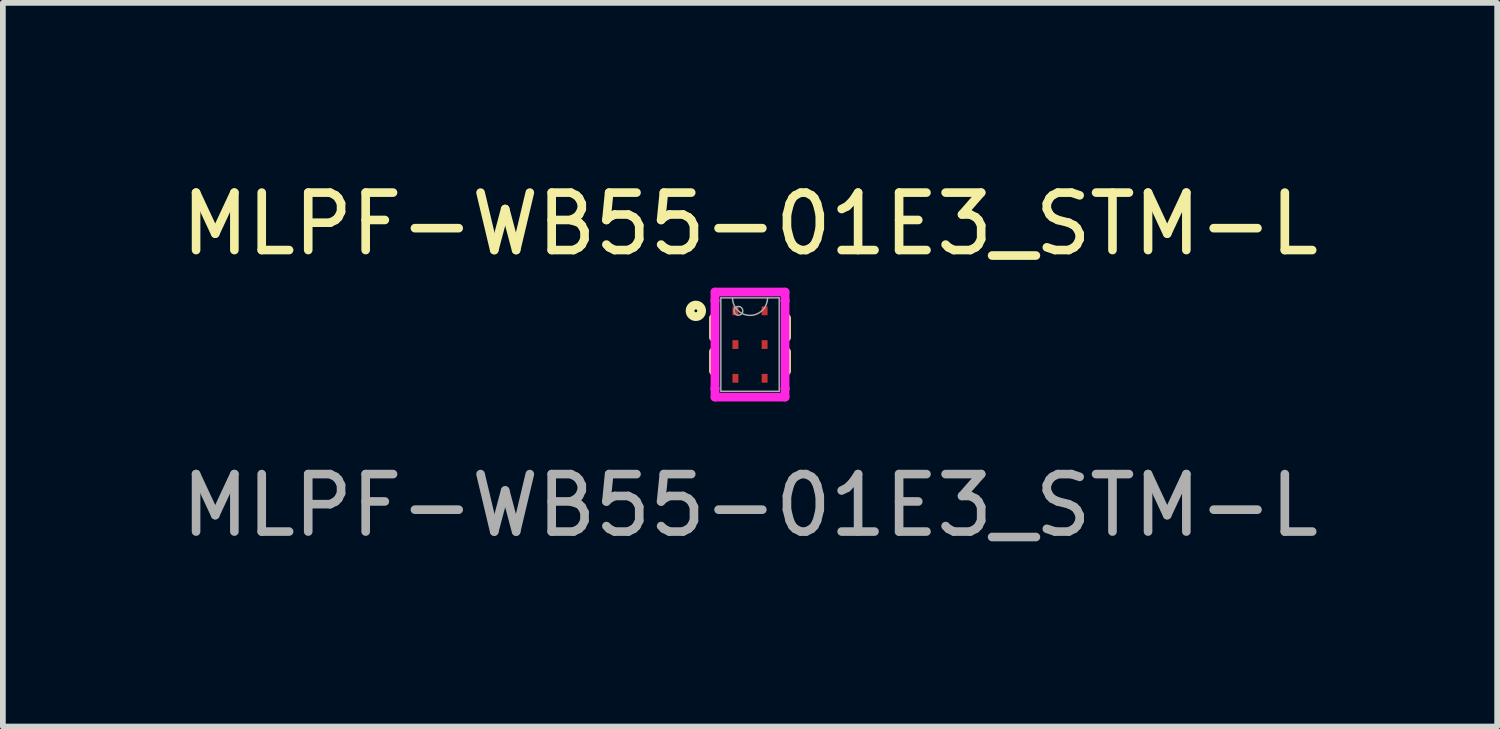
<source format=kicad_pcb>
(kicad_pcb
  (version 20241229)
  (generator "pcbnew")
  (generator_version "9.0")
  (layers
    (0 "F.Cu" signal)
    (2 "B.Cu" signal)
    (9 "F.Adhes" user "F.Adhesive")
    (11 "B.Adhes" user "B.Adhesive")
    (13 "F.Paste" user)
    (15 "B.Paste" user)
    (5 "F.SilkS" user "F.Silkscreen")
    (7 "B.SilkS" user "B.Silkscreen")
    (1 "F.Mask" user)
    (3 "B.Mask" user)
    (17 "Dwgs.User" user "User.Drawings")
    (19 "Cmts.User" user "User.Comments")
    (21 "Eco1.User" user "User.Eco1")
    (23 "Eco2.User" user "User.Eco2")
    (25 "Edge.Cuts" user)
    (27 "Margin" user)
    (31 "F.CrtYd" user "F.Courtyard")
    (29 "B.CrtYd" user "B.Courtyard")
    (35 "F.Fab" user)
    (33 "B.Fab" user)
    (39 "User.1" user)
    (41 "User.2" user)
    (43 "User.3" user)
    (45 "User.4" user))
  (footprint "MLPF-WB55-01E3_STM-L"
    (layer "F.Cu")
    (at 10.006 2.948)
    (property "Reference" "MLPF-WB55-01E3_STM-L" (at 0 -2.1 0) (unlocked yes) (layer "F.SilkS") (effects (font (size 1 1) (thickness 0.15))))
    (attr smd)
    (fp_line (start -0.635 -0.463) (end -0.635 -0.124) (stroke (width 0.152) (type solid)) (layer "F.SilkS"))
    (fp_line (start -0.635 0.124) (end -0.635 0.463) (stroke (width 0.152) (type solid)) (layer "F.SilkS"))
    (fp_line (start 0.635 -0.124) (end 0.635 -0.463) (stroke (width 0.152) (type solid)) (layer "F.SilkS"))
    (fp_line (start 0.635 0.463) (end 0.635 0.124) (stroke (width 0.152) (type solid)) (layer "F.SilkS"))
    (fp_circle (center -0.943 -0.587) (end -0.842 -0.587) (stroke (width 0.152) (type solid)) (fill no) (layer "F.SilkS"))
    (fp_line (start -0.61 -0.914) (end 0.61 -0.914) (stroke (width 0.152) (type solid)) (layer "F.CrtYd"))
    (fp_line (start -0.61 -0.765) (end -0.61 -0.914) (stroke (width 0.152) (type solid)) (layer "F.CrtYd"))
    (fp_line (start -0.61 -0.765) (end -0.61 -0.765) (stroke (width 0.152) (type solid)) (layer "F.CrtYd"))
    (fp_line (start -0.61 0.765) (end -0.61 -0.765) (stroke (width 0.152) (type solid)) (layer "F.CrtYd"))
    (fp_line (start -0.61 0.765) (end -0.61 0.765) (stroke (width 0.152) (type solid)) (layer "F.CrtYd"))
    (fp_line (start -0.61 0.914) (end -0.61 0.765) (stroke (width 0.152) (type solid)) (layer "F.CrtYd"))
    (fp_line (start 0.61 -0.914) (end 0.61 -0.765) (stroke (width 0.152) (type solid)) (layer "F.CrtYd"))
    (fp_line (start 0.61 -0.765) (end 0.61 -0.765) (stroke (width 0.152) (type solid)) (layer "F.CrtYd"))
    (fp_line (start 0.61 -0.765) (end 0.61 0.765) (stroke (width 0.152) (type solid)) (layer "F.CrtYd"))
    (fp_line (start 0.61 0.765) (end 0.61 0.765) (stroke (width 0.152) (type solid)) (layer "F.CrtYd"))
    (fp_line (start 0.61 0.765) (end 0.61 0.914) (stroke (width 0.152) (type solid)) (layer "F.CrtYd"))
    (fp_line (start 0.61 0.914) (end -0.61 0.914) (stroke (width 0.152) (type solid)) (layer "F.CrtYd"))
    (fp_line (start -0.508 -0.813) (end -0.508 0.813) (stroke (width 0.025) (type solid)) (layer "F.Fab"))
    (fp_line (start -0.508 0.813) (end 0.508 0.813) (stroke (width 0.025) (type solid)) (layer "F.Fab"))
    (fp_line (start 0.508 -0.813) (end -0.508 -0.813) (stroke (width 0.025) (type solid)) (layer "F.Fab"))
    (fp_line (start 0.508 0.813) (end 0.508 -0.813) (stroke (width 0.025) (type solid)) (layer "F.Fab"))
    (fp_arc (start 0.3048 -0.8128) (mid 0 -0.508) (end -0.3048 -0.8128) (stroke (width 0.0254) (type solid)) (layer "F.Fab"))
    (fp_circle (center -0.202 -0.587) (end -0.126 -0.587) (stroke (width 0.025) (type solid)) (fill no) (layer "F.Fab"))
    (fp_text user "${REFERENCE}" (at 0 2.8 0) (unlocked yes) (layer "F.Fab") (effects (font (size 1 1) (thickness 0.15))))
    (pad "1" smd rect (at -0.254 -0.587) (size 0.103 0.153) (layers "F.Cu" "F.Mask" "F.Paste"))
    (pad "2" smd rect (at -0.254 0) (size 0.103 0.153) (layers "F.Cu" "F.Mask" "F.Paste"))
    (pad "3" smd rect (at -0.254 0.587) (size 0.103 0.153) (layers "F.Cu" "F.Mask" "F.Paste"))
    (pad "4" smd rect (at 0.254 0.587) (size 0.103 0.153) (layers "F.Cu" "F.Mask" "F.Paste"))
    (pad "5" smd rect (at 0.254 0) (size 0.103 0.153) (layers "F.Cu" "F.Mask" "F.Paste"))
    (pad "6" smd rect (at 0.254 -0.587) (size 0.103 0.153) (layers "F.Cu" "F.Mask" "F.Paste")))
  (gr_rect
    (start -3 -3)
    (end 23.012 9.597)
    (stroke (width 0.1) (type default))
    (fill no)
    (layer "Edge.Cuts")))
</source>
